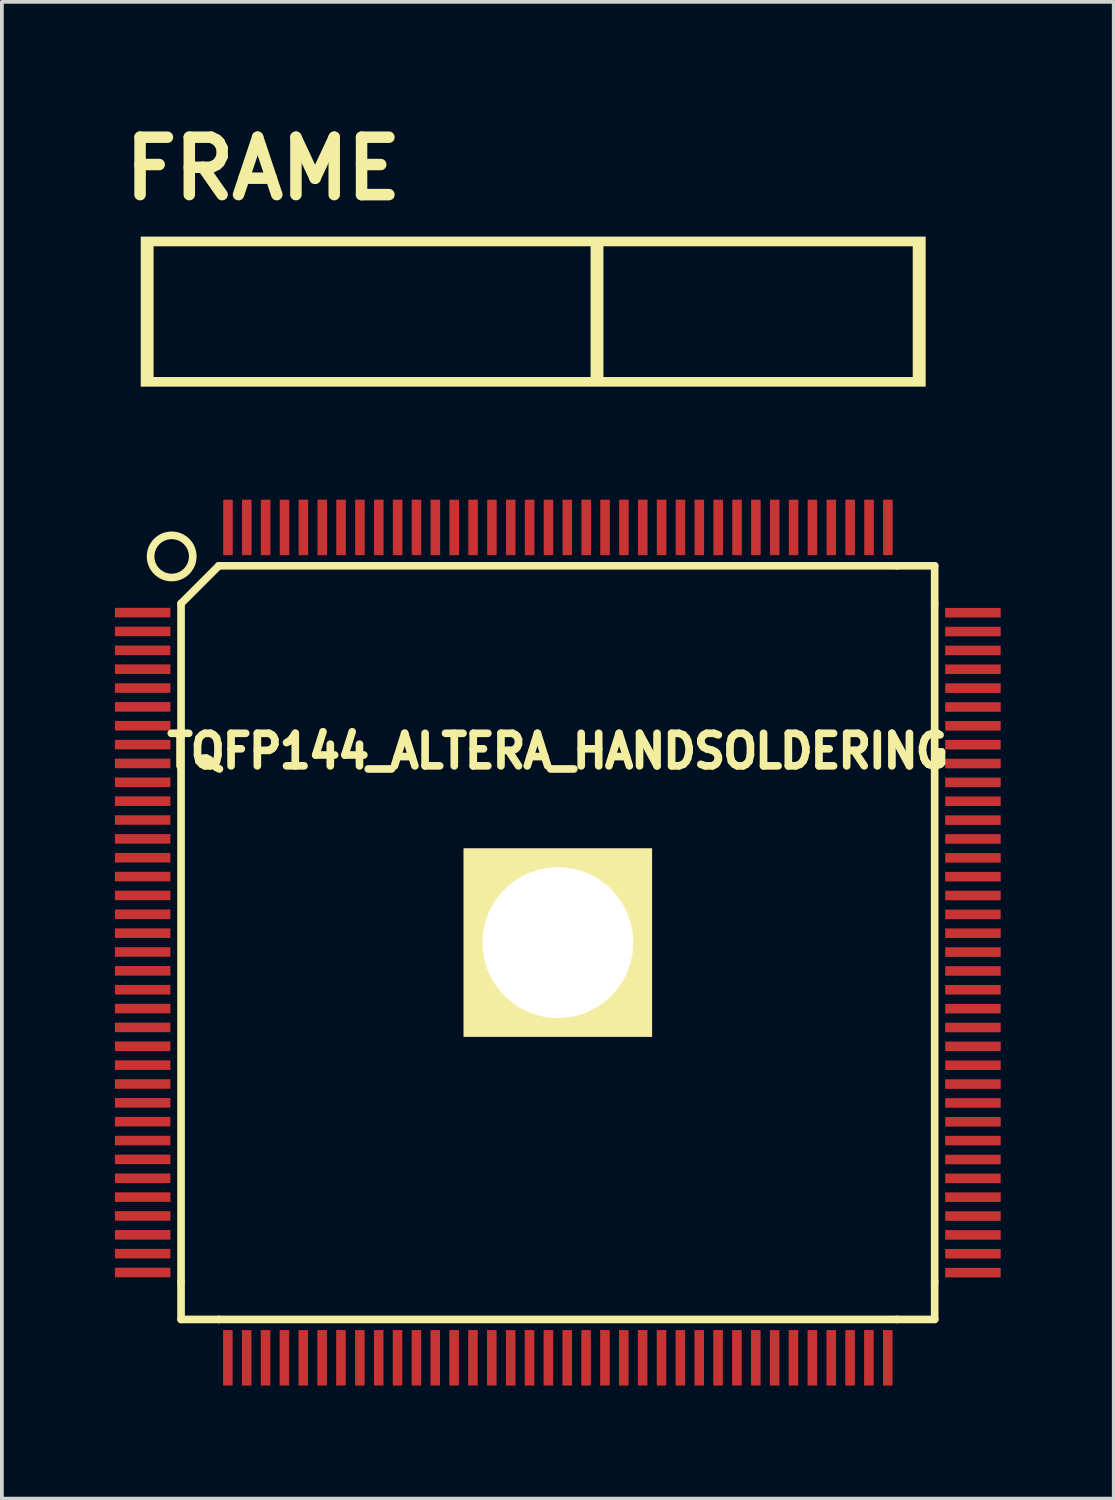
<source format=kicad_pcb>
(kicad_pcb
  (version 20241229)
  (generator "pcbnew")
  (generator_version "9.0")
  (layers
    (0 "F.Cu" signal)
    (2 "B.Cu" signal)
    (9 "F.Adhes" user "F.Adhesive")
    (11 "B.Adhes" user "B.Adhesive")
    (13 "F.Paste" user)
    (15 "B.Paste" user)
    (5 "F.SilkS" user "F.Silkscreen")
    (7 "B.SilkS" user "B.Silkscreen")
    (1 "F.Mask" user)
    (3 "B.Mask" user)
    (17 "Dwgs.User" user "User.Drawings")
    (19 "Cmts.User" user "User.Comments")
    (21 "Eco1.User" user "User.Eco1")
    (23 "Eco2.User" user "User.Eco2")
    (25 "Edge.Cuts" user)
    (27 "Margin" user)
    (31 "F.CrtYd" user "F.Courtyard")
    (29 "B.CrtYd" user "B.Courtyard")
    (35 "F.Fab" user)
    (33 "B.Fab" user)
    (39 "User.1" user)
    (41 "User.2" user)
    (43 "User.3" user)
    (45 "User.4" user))
  (footprint "FRAME"
    (layer "F.Cu")
    (at 11.185 5.178)
    (property "Reference" "FRAME" (at -7.252 -3.752 0) (layer "F.SilkS") (effects (font (size 1.524 1.524) (thickness 0.305))))
    (attr through_hole)
    (fp_poly (pts (xy 10.33 2.032) (xy 9.99 2.032) (xy 9.99 1.778) (xy 9.99 -1.694) (xy 1.778 -1.694) (xy 1.778 1.778) (xy 9.99 1.778) (xy 9.99 2.032) (xy 1.44 2.032) (xy 1.44 1.778) (xy 1.44 -1.694) (xy -10.16 -1.694) (xy -10.16 1.778) (xy 1.44 1.778) (xy 1.44 2.032) (xy -10.498 2.032) (xy -10.498 -1.948) (xy 10.33 -1.948) (xy 10.33 2.032)) (stroke (width 0.003) (type solid)) (fill yes) (layer "F.SilkS")))
  (footprint "TQFP144_ALTERA_HANDSOLDERING"
    (layer "F.Cu")
    (at 11.755 21.966)
    (property "Reference" "TQFP144_ALTERA_HANDSOLDERING" (at 0 -5.08 0) (layer "F.SilkS") (effects (font (size 0.864 0.813) (thickness 0.203))))
    (attr smd)
    (fp_line (start -10 8.999) (end -10 -8.999) (stroke (width 0.203) (type solid)) (layer "F.SilkS"))
    (fp_line (start -10 10) (end -10 8.999) (stroke (width 0.203) (type solid)) (layer "F.SilkS"))
    (fp_line (start -10 10) (end -8.999 10) (stroke (width 0.203) (type solid)) (layer "F.SilkS"))
    (fp_line (start -8.999 -10) (end -10 -8.999) (stroke (width 0.203) (type solid)) (layer "F.SilkS"))
    (fp_line (start -8.999 -10) (end 8.999 -10) (stroke (width 0.203) (type solid)) (layer "F.SilkS"))
    (fp_line (start 8.999 10) (end -8.999 10) (stroke (width 0.203) (type solid)) (layer "F.SilkS"))
    (fp_line (start 10 -10) (end 8.999 -10) (stroke (width 0.203) (type solid)) (layer "F.SilkS"))
    (fp_line (start 10 -10) (end 10 -8.999) (stroke (width 0.203) (type solid)) (layer "F.SilkS"))
    (fp_line (start 10 -8.999) (end 10 8.999) (stroke (width 0.203) (type solid)) (layer "F.SilkS"))
    (fp_line (start 10 10) (end 8.999 10) (stroke (width 0.203) (type solid)) (layer "F.SilkS"))
    (fp_line (start 10 10) (end 10 8.999) (stroke (width 0.203) (type solid)) (layer "F.SilkS"))
    (fp_circle (center -10.249 -10.249) (end -10.749 -10.5) (stroke (width 0.203) (type solid)) (fill no) (layer "F.SilkS"))
    (pad "1" smd rect (at -11.019 -8.758 90) (size 0.254 1.473) (layers "F.Cu" "F.Mask" "F.Paste"))
    (pad "2" smd rect (at -11.019 -8.258 90) (size 0.254 1.473) (layers "F.Cu" "F.Mask" "F.Paste"))
    (pad "3" smd rect (at -11.019 -7.757 90) (size 0.254 1.473) (layers "F.Cu" "F.Mask" "F.Paste"))
    (pad "4" smd rect (at -11.019 -7.257 90) (size 0.254 1.473) (layers "F.Cu" "F.Mask" "F.Paste"))
    (pad "5" smd rect (at -11.019 -6.756 90) (size 0.254 1.473) (layers "F.Cu" "F.Mask" "F.Paste"))
    (pad "6" smd rect (at -11.019 -6.256 90) (size 0.254 1.473) (layers "F.Cu" "F.Mask" "F.Paste"))
    (pad "7" smd rect (at -11.019 -5.756 90) (size 0.254 1.473) (layers "F.Cu" "F.Mask" "F.Paste"))
    (pad "8" smd rect (at -11.019 -5.255 90) (size 0.254 1.473) (layers "F.Cu" "F.Mask" "F.Paste"))
    (pad "9" smd rect (at -11.019 -4.755 90) (size 0.254 1.473) (layers "F.Cu" "F.Mask" "F.Paste"))
    (pad "10" smd rect (at -11.019 -4.255 90) (size 0.254 1.473) (layers "F.Cu" "F.Mask" "F.Paste"))
    (pad "11" smd rect (at -11.019 -3.754 90) (size 0.254 1.473) (layers "F.Cu" "F.Mask" "F.Paste"))
    (pad "12" smd rect (at -11.019 -3.254 90) (size 0.254 1.473) (layers "F.Cu" "F.Mask" "F.Paste"))
    (pad "13" smd rect (at -11.019 -2.753 90) (size 0.254 1.473) (layers "F.Cu" "F.Mask" "F.Paste"))
    (pad "14" smd rect (at -11.019 -2.253 90) (size 0.254 1.473) (layers "F.Cu" "F.Mask" "F.Paste"))
    (pad "15" smd rect (at -11.019 -1.753 90) (size 0.254 1.473) (layers "F.Cu" "F.Mask" "F.Paste"))
    (pad "16" smd rect (at -11.019 -1.252 90) (size 0.254 1.473) (layers "F.Cu" "F.Mask" "F.Paste"))
    (pad "17" smd rect (at -11.019 -0.752 90) (size 0.254 1.473) (layers "F.Cu" "F.Mask" "F.Paste"))
    (pad "18" smd rect (at -11.019 -0.251 90) (size 0.254 1.473) (layers "F.Cu" "F.Mask" "F.Paste"))
    (pad "19" smd rect (at -11.019 0.249 90) (size 0.254 1.473) (layers "F.Cu" "F.Mask" "F.Paste"))
    (pad "20" smd rect (at -11.019 0.749 90) (size 0.254 1.473) (layers "F.Cu" "F.Mask" "F.Paste"))
    (pad "21" smd rect (at -11.019 1.25 90) (size 0.254 1.473) (layers "F.Cu" "F.Mask" "F.Paste"))
    (pad "22" smd rect (at -11.019 1.75 90) (size 0.254 1.473) (layers "F.Cu" "F.Mask" "F.Paste"))
    (pad "23" smd rect (at -11.019 2.25 90) (size 0.254 1.473) (layers "F.Cu" "F.Mask" "F.Paste"))
    (pad "24" smd rect (at -11.019 2.751 90) (size 0.254 1.473) (layers "F.Cu" "F.Mask" "F.Paste"))
    (pad "25" smd rect (at -11.019 3.251 90) (size 0.254 1.473) (layers "F.Cu" "F.Mask" "F.Paste"))
    (pad "26" smd rect (at -11.019 3.752 90) (size 0.254 1.473) (layers "F.Cu" "F.Mask" "F.Paste"))
    (pad "27" smd rect (at -11.019 4.252 90) (size 0.254 1.473) (layers "F.Cu" "F.Mask" "F.Paste"))
    (pad "28" smd rect (at -11.019 4.752 90) (size 0.254 1.473) (layers "F.Cu" "F.Mask" "F.Paste"))
    (pad "29" smd rect (at -11.019 5.253 90) (size 0.254 1.473) (layers "F.Cu" "F.Mask" "F.Paste"))
    (pad "30" smd rect (at -11.019 5.753 90) (size 0.254 1.473) (layers "F.Cu" "F.Mask" "F.Paste"))
    (pad "31" smd rect (at -11.019 6.253 90) (size 0.254 1.473) (layers "F.Cu" "F.Mask" "F.Paste"))
    (pad "32" smd rect (at -11.019 6.754 90) (size 0.254 1.473) (layers "F.Cu" "F.Mask" "F.Paste"))
    (pad "33" smd rect (at -11.019 7.254 90) (size 0.254 1.473) (layers "F.Cu" "F.Mask" "F.Paste"))
    (pad "34" smd rect (at -11.019 7.755 90) (size 0.254 1.473) (layers "F.Cu" "F.Mask" "F.Paste"))
    (pad "35" smd rect (at -11.019 8.255 90) (size 0.254 1.473) (layers "F.Cu" "F.Mask" "F.Paste"))
    (pad "36" smd rect (at -11.019 8.755 90) (size 0.254 1.473) (layers "F.Cu" "F.Mask" "F.Paste"))
    (pad "37" smd rect (at -8.758 11.019) (size 0.254 1.473) (layers "F.Cu" "F.Mask" "F.Paste"))
    (pad "38" smd rect (at -8.258 11.019) (size 0.254 1.473) (layers "F.Cu" "F.Mask" "F.Paste"))
    (pad "39" smd rect (at -7.757 11.019) (size 0.254 1.473) (layers "F.Cu" "F.Mask" "F.Paste"))
    (pad "40" smd rect (at -7.257 11.019) (size 0.254 1.473) (layers "F.Cu" "F.Mask" "F.Paste"))
    (pad "41" smd rect (at -6.756 11.019) (size 0.254 1.473) (layers "F.Cu" "F.Mask" "F.Paste"))
    (pad "42" smd rect (at -6.256 11.019) (size 0.254 1.473) (layers "F.Cu" "F.Mask" "F.Paste"))
    (pad "43" smd rect (at -5.756 11.019) (size 0.254 1.473) (layers "F.Cu" "F.Mask" "F.Paste"))
    (pad "44" smd rect (at -5.255 11.019) (size 0.254 1.473) (layers "F.Cu" "F.Mask" "F.Paste"))
    (pad "45" smd rect (at -4.755 11.019) (size 0.254 1.473) (layers "F.Cu" "F.Mask" "F.Paste"))
    (pad "46" smd rect (at -4.255 11.019) (size 0.254 1.473) (layers "F.Cu" "F.Mask" "F.Paste"))
    (pad "47" smd rect (at -3.754 11.019) (size 0.254 1.473) (layers "F.Cu" "F.Mask" "F.Paste"))
    (pad "48" smd rect (at -3.254 11.019) (size 0.254 1.473) (layers "F.Cu" "F.Mask" "F.Paste"))
    (pad "49" smd rect (at -2.753 11.019) (size 0.254 1.473) (layers "F.Cu" "F.Mask" "F.Paste"))
    (pad "50" smd rect (at -2.253 11.019) (size 0.254 1.473) (layers "F.Cu" "F.Mask" "F.Paste"))
    (pad "51" smd rect (at -1.753 11.019) (size 0.254 1.473) (layers "F.Cu" "F.Mask" "F.Paste"))
    (pad "52" smd rect (at -1.252 11.019) (size 0.254 1.473) (layers "F.Cu" "F.Mask" "F.Paste"))
    (pad "53" smd rect (at -0.752 11.019) (size 0.254 1.473) (layers "F.Cu" "F.Mask" "F.Paste"))
    (pad "54" smd rect (at -0.251 11.019) (size 0.254 1.473) (layers "F.Cu" "F.Mask" "F.Paste"))
    (pad "55" smd rect (at 0.249 11.019) (size 0.254 1.473) (layers "F.Cu" "F.Mask" "F.Paste"))
    (pad "56" smd rect (at 0.749 11.019) (size 0.254 1.473) (layers "F.Cu" "F.Mask" "F.Paste"))
    (pad "57" smd rect (at 1.25 11.019) (size 0.254 1.473) (layers "F.Cu" "F.Mask" "F.Paste"))
    (pad "58" smd rect (at 1.75 11.019) (size 0.254 1.473) (layers "F.Cu" "F.Mask" "F.Paste"))
    (pad "59" smd rect (at 2.25 11.019) (size 0.254 1.473) (layers "F.Cu" "F.Mask" "F.Paste"))
    (pad "60" smd rect (at 2.751 11.019) (size 0.254 1.473) (layers "F.Cu" "F.Mask" "F.Paste"))
    (pad "61" smd rect (at 3.251 11.019) (size 0.254 1.473) (layers "F.Cu" "F.Mask" "F.Paste"))
    (pad "62" smd rect (at 3.752 11.019) (size 0.254 1.473) (layers "F.Cu" "F.Mask" "F.Paste"))
    (pad "63" smd rect (at 4.252 11.019) (size 0.254 1.473) (layers "F.Cu" "F.Mask" "F.Paste"))
    (pad "64" smd rect (at 4.752 11.019) (size 0.254 1.473) (layers "F.Cu" "F.Mask" "F.Paste"))
    (pad "65" smd rect (at 5.253 11.019) (size 0.254 1.473) (layers "F.Cu" "F.Mask" "F.Paste"))
    (pad "66" smd rect (at 5.753 11.019) (size 0.254 1.473) (layers "F.Cu" "F.Mask" "F.Paste"))
    (pad "67" smd rect (at 6.253 11.019) (size 0.254 1.473) (layers "F.Cu" "F.Mask" "F.Paste"))
    (pad "68" smd rect (at 6.754 11.019) (size 0.254 1.473) (layers "F.Cu" "F.Mask" "F.Paste"))
    (pad "69" smd rect (at 7.254 11.019) (size 0.254 1.473) (layers "F.Cu" "F.Mask" "F.Paste"))
    (pad "70" smd rect (at 7.755 11.019) (size 0.254 1.473) (layers "F.Cu" "F.Mask" "F.Paste"))
    (pad "71" smd rect (at 8.255 11.019) (size 0.254 1.473) (layers "F.Cu" "F.Mask" "F.Paste"))
    (pad "72" smd rect (at 8.755 11.019) (size 0.254 1.473) (layers "F.Cu" "F.Mask" "F.Paste"))
    (pad "73" smd rect (at 11.016 8.758 270) (size 0.254 1.473) (layers "F.Cu" "F.Mask" "F.Paste"))
    (pad "74" smd rect (at 11.016 8.258 270) (size 0.254 1.473) (layers "F.Cu" "F.Mask" "F.Paste"))
    (pad "75" smd rect (at 11.016 7.757 270) (size 0.254 1.473) (layers "F.Cu" "F.Mask" "F.Paste"))
    (pad "76" smd rect (at 11.016 7.257 270) (size 0.254 1.473) (layers "F.Cu" "F.Mask" "F.Paste"))
    (pad "77" smd rect (at 11.016 6.756 270) (size 0.254 1.473) (layers "F.Cu" "F.Mask" "F.Paste"))
    (pad "78" smd rect (at 11.016 6.256 270) (size 0.254 1.473) (layers "F.Cu" "F.Mask" "F.Paste"))
    (pad "79" smd rect (at 11.016 5.756 270) (size 0.254 1.473) (layers "F.Cu" "F.Mask" "F.Paste"))
    (pad "80" smd rect (at 11.016 5.255 270) (size 0.254 1.473) (layers "F.Cu" "F.Mask" "F.Paste"))
    (pad "81" smd rect (at 11.016 4.755 270) (size 0.254 1.473) (layers "F.Cu" "F.Mask" "F.Paste"))
    (pad "82" smd rect (at 11.016 4.255 270) (size 0.254 1.473) (layers "F.Cu" "F.Mask" "F.Paste"))
    (pad "83" smd rect (at 11.016 3.754 270) (size 0.254 1.473) (layers "F.Cu" "F.Mask" "F.Paste"))
    (pad "84" smd rect (at 11.016 3.254 270) (size 0.254 1.473) (layers "F.Cu" "F.Mask" "F.Paste"))
    (pad "85" smd rect (at 11.016 2.753 270) (size 0.254 1.473) (layers "F.Cu" "F.Mask" "F.Paste"))
    (pad "86" smd rect (at 11.016 2.253 270) (size 0.254 1.473) (layers "F.Cu" "F.Mask" "F.Paste"))
    (pad "87" smd rect (at 11.016 1.753 270) (size 0.254 1.473) (layers "F.Cu" "F.Mask" "F.Paste"))
    (pad "88" smd rect (at 11.016 1.252 270) (size 0.254 1.473) (layers "F.Cu" "F.Mask" "F.Paste"))
    (pad "89" smd rect (at 11.016 0.752 270) (size 0.254 1.473) (layers "F.Cu" "F.Mask" "F.Paste"))
    (pad "90" smd rect (at 11.016 0.251 270) (size 0.254 1.473) (layers "F.Cu" "F.Mask" "F.Paste"))
    (pad "91" smd rect (at 11.016 -0.249 270) (size 0.254 1.473) (layers "F.Cu" "F.Mask" "F.Paste"))
    (pad "92" smd rect (at 11.016 -0.749 270) (size 0.254 1.473) (layers "F.Cu" "F.Mask" "F.Paste"))
    (pad "93" smd rect (at 11.016 -1.25 270) (size 0.254 1.473) (layers "F.Cu" "F.Mask" "F.Paste"))
    (pad "94" smd rect (at 11.016 -1.75 270) (size 0.254 1.473) (layers "F.Cu" "F.Mask" "F.Paste"))
    (pad "95" smd rect (at 11.016 -2.25 270) (size 0.254 1.473) (layers "F.Cu" "F.Mask" "F.Paste"))
    (pad "96" smd rect (at 11.016 -2.751 270) (size 0.254 1.473) (layers "F.Cu" "F.Mask" "F.Paste"))
    (pad "97" smd rect (at 11.016 -3.251 270) (size 0.254 1.473) (layers "F.Cu" "F.Mask" "F.Paste"))
    (pad "98" smd rect (at 11.016 -3.752 270) (size 0.254 1.473) (layers "F.Cu" "F.Mask" "F.Paste"))
    (pad "99" smd rect (at 11.016 -4.252 270) (size 0.254 1.473) (layers "F.Cu" "F.Mask" "F.Paste"))
    (pad "100" smd rect (at 11.016 -4.752 270) (size 0.254 1.473) (layers "F.Cu" "F.Mask" "F.Paste"))
    (pad "101" smd rect (at 11.016 -5.253 270) (size 0.254 1.473) (layers "F.Cu" "F.Mask" "F.Paste"))
    (pad "102" smd rect (at 11.016 -5.753 270) (size 0.254 1.473) (layers "F.Cu" "F.Mask" "F.Paste"))
    (pad "103" smd rect (at 11.016 -6.253 270) (size 0.254 1.473) (layers "F.Cu" "F.Mask" "F.Paste"))
    (pad "104" smd rect (at 11.016 -6.754 270) (size 0.254 1.473) (layers "F.Cu" "F.Mask" "F.Paste"))
    (pad "105" smd rect (at 11.016 -7.254 270) (size 0.254 1.473) (layers "F.Cu" "F.Mask" "F.Paste"))
    (pad "106" smd rect (at 11.016 -7.755 270) (size 0.254 1.473) (layers "F.Cu" "F.Mask" "F.Paste"))
    (pad "107" smd rect (at 11.016 -8.255 270) (size 0.254 1.473) (layers "F.Cu" "F.Mask" "F.Paste"))
    (pad "108" smd rect (at 11.016 -8.755 270) (size 0.254 1.473) (layers "F.Cu" "F.Mask" "F.Paste"))
    (pad "109" smd rect (at 8.758 -11.019) (size 0.254 1.473) (layers "F.Cu" "F.Mask" "F.Paste"))
    (pad "110" smd rect (at 8.258 -11.019) (size 0.254 1.473) (layers "F.Cu" "F.Mask" "F.Paste"))
    (pad "111" smd rect (at 7.757 -11.019) (size 0.254 1.473) (layers "F.Cu" "F.Mask" "F.Paste"))
    (pad "112" smd rect (at 7.257 -11.019) (size 0.254 1.473) (layers "F.Cu" "F.Mask" "F.Paste"))
    (pad "113" smd rect (at 6.756 -11.019) (size 0.254 1.473) (layers "F.Cu" "F.Mask" "F.Paste"))
    (pad "114" smd rect (at 6.256 -11.019) (size 0.254 1.473) (layers "F.Cu" "F.Mask" "F.Paste"))
    (pad "115" smd rect (at 5.756 -11.019) (size 0.254 1.473) (layers "F.Cu" "F.Mask" "F.Paste"))
    (pad "116" smd rect (at 5.255 -11.019) (size 0.254 1.473) (layers "F.Cu" "F.Mask" "F.Paste"))
    (pad "117" smd rect (at 4.755 -11.019) (size 0.254 1.473) (layers "F.Cu" "F.Mask" "F.Paste"))
    (pad "118" smd rect (at 4.255 -11.019) (size 0.254 1.473) (layers "F.Cu" "F.Mask" "F.Paste"))
    (pad "119" smd rect (at 3.754 -11.019) (size 0.254 1.473) (layers "F.Cu" "F.Mask" "F.Paste"))
    (pad "120" smd rect (at 3.254 -11.019) (size 0.254 1.473) (layers "F.Cu" "F.Mask" "F.Paste"))
    (pad "121" smd rect (at 2.753 -11.019) (size 0.254 1.473) (layers "F.Cu" "F.Mask" "F.Paste"))
    (pad "122" smd rect (at 2.253 -11.019) (size 0.254 1.473) (layers "F.Cu" "F.Mask" "F.Paste"))
    (pad "123" smd rect (at 1.753 -11.019) (size 0.254 1.473) (layers "F.Cu" "F.Mask" "F.Paste"))
    (pad "124" smd rect (at 1.252 -11.019) (size 0.254 1.473) (layers "F.Cu" "F.Mask" "F.Paste"))
    (pad "125" smd rect (at 0.752 -11.019) (size 0.254 1.473) (layers "F.Cu" "F.Mask" "F.Paste"))
    (pad "126" smd rect (at 0.251 -11.019) (size 0.254 1.473) (layers "F.Cu" "F.Mask" "F.Paste"))
    (pad "127" smd rect (at -0.249 -11.019) (size 0.254 1.473) (layers "F.Cu" "F.Mask" "F.Paste"))
    (pad "128" smd rect (at -0.749 -11.019) (size 0.254 1.473) (layers "F.Cu" "F.Mask" "F.Paste"))
    (pad "129" smd rect (at -1.25 -11.019) (size 0.254 1.473) (layers "F.Cu" "F.Mask" "F.Paste"))
    (pad "130" smd rect (at -1.75 -11.019) (size 0.254 1.473) (layers "F.Cu" "F.Mask" "F.Paste"))
    (pad "131" smd rect (at -2.25 -11.019) (size 0.254 1.473) (layers "F.Cu" "F.Mask" "F.Paste"))
    (pad "132" smd rect (at -2.751 -11.019) (size 0.254 1.473) (layers "F.Cu" "F.Mask" "F.Paste"))
    (pad "133" smd rect (at -3.251 -11.019) (size 0.254 1.473) (layers "F.Cu" "F.Mask" "F.Paste"))
    (pad "134" smd rect (at -3.752 -11.019) (size 0.254 1.473) (layers "F.Cu" "F.Mask" "F.Paste"))
    (pad "135" smd rect (at -4.252 -11.019) (size 0.254 1.473) (layers "F.Cu" "F.Mask" "F.Paste"))
    (pad "136" smd rect (at -4.752 -11.019) (size 0.254 1.473) (layers "F.Cu" "F.Mask" "F.Paste"))
    (pad "137" smd rect (at -5.253 -11.019) (size 0.254 1.473) (layers "F.Cu" "F.Mask" "F.Paste"))
    (pad "138" smd rect (at -5.753 -11.019) (size 0.254 1.473) (layers "F.Cu" "F.Mask" "F.Paste"))
    (pad "139" smd rect (at -6.253 -11.019) (size 0.254 1.473) (layers "F.Cu" "F.Mask" "F.Paste"))
    (pad "140" smd rect (at -6.754 -11.019) (size 0.254 1.473) (layers "F.Cu" "F.Mask" "F.Paste"))
    (pad "141" smd rect (at -7.254 -11.019) (size 0.254 1.473) (layers "F.Cu" "F.Mask" "F.Paste"))
    (pad "142" smd rect (at -7.755 -11.019) (size 0.254 1.473) (layers "F.Cu" "F.Mask" "F.Paste"))
    (pad "143" smd rect (at -8.255 -11.019) (size 0.254 1.473) (layers "F.Cu" "F.Mask" "F.Paste"))
    (pad "144" smd rect (at -8.755 -11.019) (size 0.254 1.473) (layers "F.Cu" "F.Mask" "F.Paste"))
    (pad "145" thru_hole rect (at 0 0) (size 5 5) (drill 4) (layers "*.Cu" "*.Mask" "F.SilkS")))
  (gr_rect
    (start -3 -3)
    (end 26.508 36.722)
    (stroke (width 0.1) (type default))
    (fill no)
    (layer "Edge.Cuts")))
</source>
